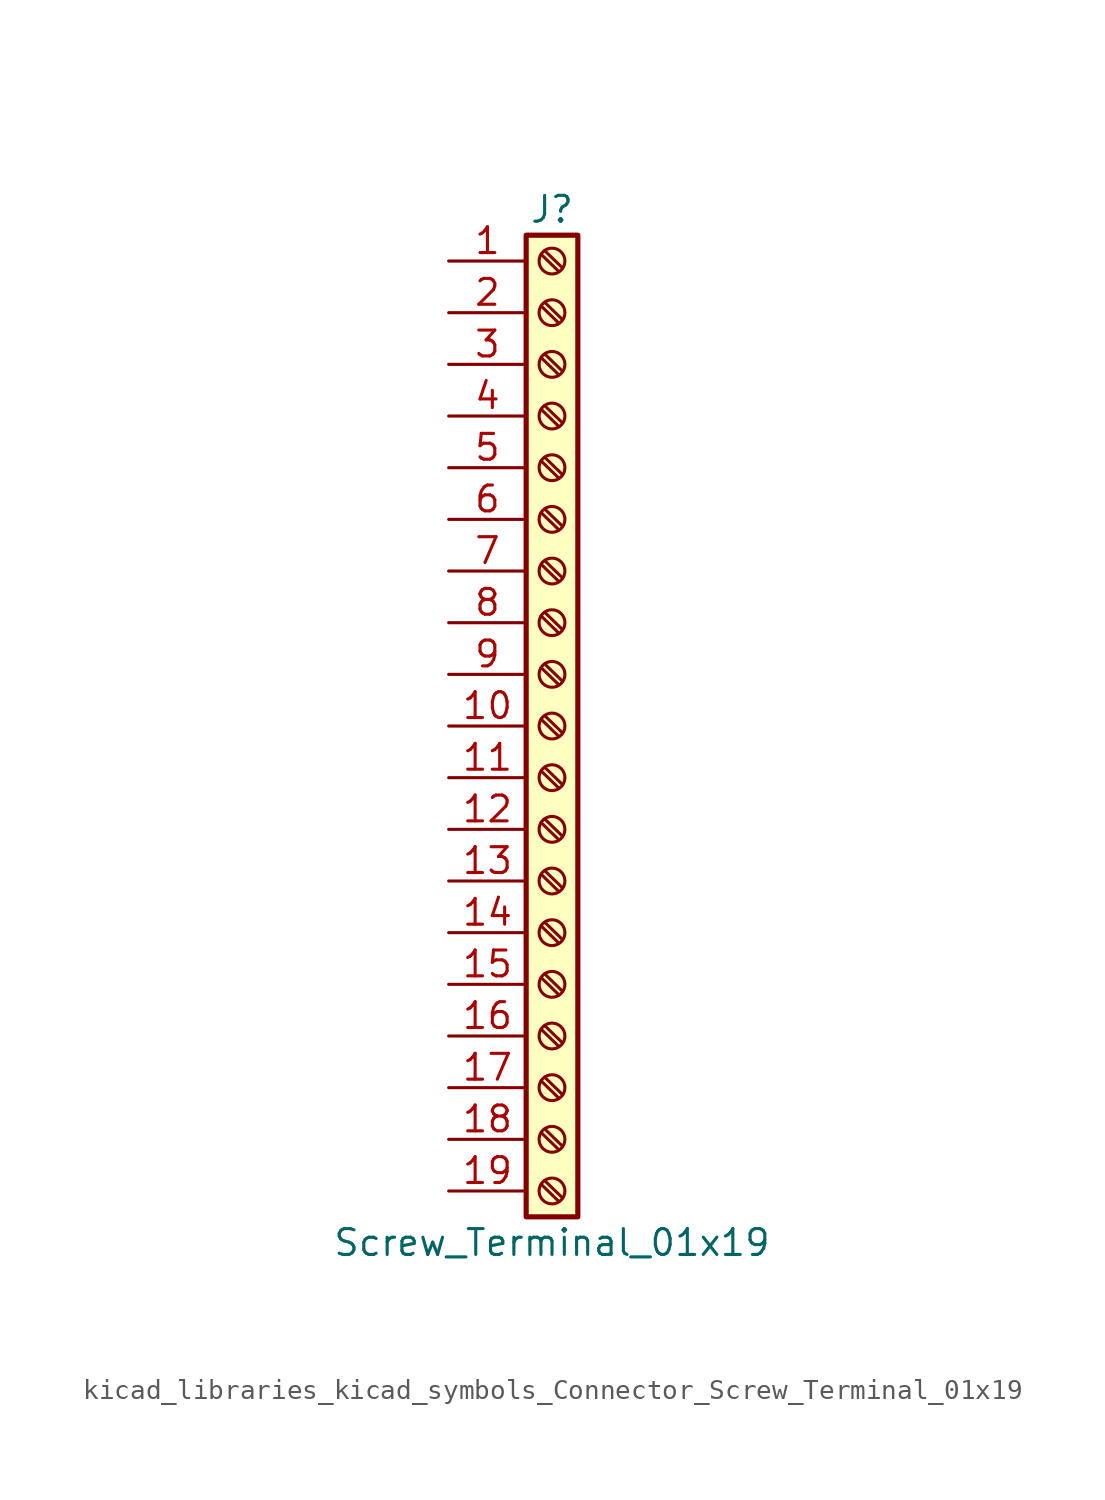
<source format=kicad_sym>
(kicad_symbol_lib
  (version 20220914)
  (generator kicad_symbol_editor)
  (symbol "kicad_libraries_kicad_symbols_Connector_Screw_Terminal_01x19"
    (pin_names
      (offset 1.016) hide)
    (property "Reference" "J"
      (at 0 25.4 0)
      (effects (font (size 1.27 1.27))))
    (property "Value" "Screw_Terminal_01x19"
      (at 0 -25.4 0)
      (effects (font (size 1.27 1.27))))
    (symbol "kicad_libraries_kicad_symbols_Connector_Screw_Terminal_01x19_1_1"
      (rectangle (start -1.27 24.13) (end 1.27 -24.13) (stroke (width 0.254) (type default)) (fill (type background)))
      (circle (center 0 -22.86) (radius 0.635) (stroke (width 0.152) (type default)) (fill (type none)))
      (circle (center 0 -20.32) (radius 0.635) (stroke (width 0.152) (type default)) (fill (type none)))
      (circle (center 0 -17.78) (radius 0.635) (stroke (width 0.152) (type default)) (fill (type none)))
      (circle (center 0 -15.24) (radius 0.635) (stroke (width 0.152) (type default)) (fill (type none)))
      (circle (center 0 -12.7) (radius 0.635) (stroke (width 0.152) (type default)) (fill (type none)))
      (circle (center 0 -10.16) (radius 0.635) (stroke (width 0.152) (type default)) (fill (type none)))
      (circle (center 0 -7.62) (radius 0.635) (stroke (width 0.152) (type default)) (fill (type none)))
      (circle (center 0 -5.08) (radius 0.635) (stroke (width 0.152) (type default)) (fill (type none)))
      (circle (center 0 -2.54) (radius 0.635) (stroke (width 0.152) (type default)) (fill (type none)))
      (polyline (pts (xy -0.533 -22.53) (xy 0.33 -23.368)) (stroke (width 0.152) (type default)) (fill (type none)))
      (polyline (pts (xy -0.533 -19.99) (xy 0.33 -20.828)) (stroke (width 0.152) (type default)) (fill (type none)))
      (polyline (pts (xy -0.533 -17.45) (xy 0.33 -18.288)) (stroke (width 0.152) (type default)) (fill (type none)))
      (polyline (pts (xy -0.533 -14.91) (xy 0.33 -15.748)) (stroke (width 0.152) (type default)) (fill (type none)))
      (polyline (pts (xy -0.533 -12.37) (xy 0.33 -13.208)) (stroke (width 0.152) (type default)) (fill (type none)))
      (polyline (pts (xy -0.533 -9.83) (xy 0.33 -10.668)) (stroke (width 0.152) (type default)) (fill (type none)))
      (polyline (pts (xy -0.533 -7.29) (xy 0.33 -8.128)) (stroke (width 0.152) (type default)) (fill (type none)))
      (polyline (pts (xy -0.533 -4.75) (xy 0.33 -5.588)) (stroke (width 0.152) (type default)) (fill (type none)))
      (polyline (pts (xy -0.533 -2.21) (xy 0.33 -3.048)) (stroke (width 0.152) (type default)) (fill (type none)))
      (polyline (pts (xy -0.533 0.33) (xy 0.33 -0.508)) (stroke (width 0.152) (type default)) (fill (type none)))
      (polyline (pts (xy -0.533 2.87) (xy 0.33 2.032)) (stroke (width 0.152) (type default)) (fill (type none)))
      (polyline (pts (xy -0.533 5.41) (xy 0.33 4.572)) (stroke (width 0.152) (type default)) (fill (type none)))
      (polyline (pts (xy -0.533 7.95) (xy 0.33 7.112)) (stroke (width 0.152) (type default)) (fill (type none)))
      (polyline (pts (xy -0.533 10.49) (xy 0.33 9.652)) (stroke (width 0.152) (type default)) (fill (type none)))
      (polyline (pts (xy -0.533 13.03) (xy 0.33 12.192)) (stroke (width 0.152) (type default)) (fill (type none)))
      (polyline (pts (xy -0.533 15.57) (xy 0.33 14.732)) (stroke (width 0.152) (type default)) (fill (type none)))
      (polyline (pts (xy -0.533 18.11) (xy 0.33 17.272)) (stroke (width 0.152) (type default)) (fill (type none)))
      (polyline (pts (xy -0.533 20.65) (xy 0.33 19.812)) (stroke (width 0.152) (type default)) (fill (type none)))
      (polyline (pts (xy -0.533 23.19) (xy 0.33 22.352)) (stroke (width 0.152) (type default)) (fill (type none)))
      (polyline (pts (xy -0.356 -22.352) (xy 0.508 -23.19)) (stroke (width 0.152) (type default)) (fill (type none)))
      (polyline (pts (xy -0.356 -19.812) (xy 0.508 -20.65)) (stroke (width 0.152) (type default)) (fill (type none)))
      (polyline (pts (xy -0.356 -17.272) (xy 0.508 -18.11)) (stroke (width 0.152) (type default)) (fill (type none)))
      (polyline (pts (xy -0.356 -14.732) (xy 0.508 -15.57)) (stroke (width 0.152) (type default)) (fill (type none)))
      (polyline (pts (xy -0.356 -12.192) (xy 0.508 -13.03)) (stroke (width 0.152) (type default)) (fill (type none)))
      (polyline (pts (xy -0.356 -9.652) (xy 0.508 -10.49)) (stroke (width 0.152) (type default)) (fill (type none)))
      (polyline (pts (xy -0.356 -7.112) (xy 0.508 -7.95)) (stroke (width 0.152) (type default)) (fill (type none)))
      (polyline (pts (xy -0.356 -4.572) (xy 0.508 -5.41)) (stroke (width 0.152) (type default)) (fill (type none)))
      (polyline (pts (xy -0.356 -2.032) (xy 0.508 -2.87)) (stroke (width 0.152) (type default)) (fill (type none)))
      (polyline (pts (xy -0.356 0.508) (xy 0.508 -0.33)) (stroke (width 0.152) (type default)) (fill (type none)))
      (polyline (pts (xy -0.356 3.048) (xy 0.508 2.21)) (stroke (width 0.152) (type default)) (fill (type none)))
      (polyline (pts (xy -0.356 5.588) (xy 0.508 4.75)) (stroke (width 0.152) (type default)) (fill (type none)))
      (polyline (pts (xy -0.356 8.128) (xy 0.508 7.29)) (stroke (width 0.152) (type default)) (fill (type none)))
      (polyline (pts (xy -0.356 10.668) (xy 0.508 9.83)) (stroke (width 0.152) (type default)) (fill (type none)))
      (polyline (pts (xy -0.356 13.208) (xy 0.508 12.37)) (stroke (width 0.152) (type default)) (fill (type none)))
      (polyline (pts (xy -0.356 15.748) (xy 0.508 14.91)) (stroke (width 0.152) (type default)) (fill (type none)))
      (polyline (pts (xy -0.356 18.288) (xy 0.508 17.45)) (stroke (width 0.152) (type default)) (fill (type none)))
      (polyline (pts (xy -0.356 20.828) (xy 0.508 19.99)) (stroke (width 0.152) (type default)) (fill (type none)))
      (polyline (pts (xy -0.356 23.368) (xy 0.508 22.53)) (stroke (width 0.152) (type default)) (fill (type none)))
      (circle (center 0 0) (radius 0.635) (stroke (width 0.152) (type default)) (fill (type none)))
      (circle (center 0 2.54) (radius 0.635) (stroke (width 0.152) (type default)) (fill (type none)))
      (circle (center 0 5.08) (radius 0.635) (stroke (width 0.152) (type default)) (fill (type none)))
      (circle (center 0 7.62) (radius 0.635) (stroke (width 0.152) (type default)) (fill (type none)))
      (circle (center 0 10.16) (radius 0.635) (stroke (width 0.152) (type default)) (fill (type none)))
      (circle (center 0 12.7) (radius 0.635) (stroke (width 0.152) (type default)) (fill (type none)))
      (circle (center 0 15.24) (radius 0.635) (stroke (width 0.152) (type default)) (fill (type none)))
      (circle (center 0 17.78) (radius 0.635) (stroke (width 0.152) (type default)) (fill (type none)))
      (circle (center 0 20.32) (radius 0.635) (stroke (width 0.152) (type default)) (fill (type none)))
      (circle (center 0 22.86) (radius 0.635) (stroke (width 0.152) (type default)) (fill (type none)))
      (pin passive line (at -5.08 22.86 0) (length 3.81) (name "Pin_1" (effects (font (size 1.27 1.27)))) (number "1" (effects (font (size 1.27 1.27)))))
      (pin passive line (at -5.08 0 0) (length 3.81) (name "Pin_10" (effects (font (size 1.27 1.27)))) (number "10" (effects (font (size 1.27 1.27)))))
      (pin passive line (at -5.08 -2.54 0) (length 3.81) (name "Pin_11" (effects (font (size 1.27 1.27)))) (number "11" (effects (font (size 1.27 1.27)))))
      (pin passive line (at -5.08 -5.08 0) (length 3.81) (name "Pin_12" (effects (font (size 1.27 1.27)))) (number "12" (effects (font (size 1.27 1.27)))))
      (pin passive line (at -5.08 -7.62 0) (length 3.81) (name "Pin_13" (effects (font (size 1.27 1.27)))) (number "13" (effects (font (size 1.27 1.27)))))
      (pin passive line (at -5.08 -10.16 0) (length 3.81) (name "Pin_14" (effects (font (size 1.27 1.27)))) (number "14" (effects (font (size 1.27 1.27)))))
      (pin passive line (at -5.08 -12.7 0) (length 3.81) (name "Pin_15" (effects (font (size 1.27 1.27)))) (number "15" (effects (font (size 1.27 1.27)))))
      (pin passive line (at -5.08 -15.24 0) (length 3.81) (name "Pin_16" (effects (font (size 1.27 1.27)))) (number "16" (effects (font (size 1.27 1.27)))))
      (pin passive line (at -5.08 -17.78 0) (length 3.81) (name "Pin_17" (effects (font (size 1.27 1.27)))) (number "17" (effects (font (size 1.27 1.27)))))
      (pin passive line (at -5.08 -20.32 0) (length 3.81) (name "Pin_18" (effects (font (size 1.27 1.27)))) (number "18" (effects (font (size 1.27 1.27)))))
      (pin passive line (at -5.08 -22.86 0) (length 3.81) (name "Pin_19" (effects (font (size 1.27 1.27)))) (number "19" (effects (font (size 1.27 1.27)))))
      (pin passive line (at -5.08 20.32 0) (length 3.81) (name "Pin_2" (effects (font (size 1.27 1.27)))) (number "2" (effects (font (size 1.27 1.27)))))
      (pin passive line (at -5.08 17.78 0) (length 3.81) (name "Pin_3" (effects (font (size 1.27 1.27)))) (number "3" (effects (font (size 1.27 1.27)))))
      (pin passive line (at -5.08 15.24 0) (length 3.81) (name "Pin_4" (effects (font (size 1.27 1.27)))) (number "4" (effects (font (size 1.27 1.27)))))
      (pin passive line (at -5.08 12.7 0) (length 3.81) (name "Pin_5" (effects (font (size 1.27 1.27)))) (number "5" (effects (font (size 1.27 1.27)))))
      (pin passive line (at -5.08 10.16 0) (length 3.81) (name "Pin_6" (effects (font (size 1.27 1.27)))) (number "6" (effects (font (size 1.27 1.27)))))
      (pin passive line (at -5.08 7.62 0) (length 3.81) (name "Pin_7" (effects (font (size 1.27 1.27)))) (number "7" (effects (font (size 1.27 1.27)))))
      (pin passive line (at -5.08 5.08 0) (length 3.81) (name "Pin_8" (effects (font (size 1.27 1.27)))) (number "8" (effects (font (size 1.27 1.27)))))
      (pin passive line (at -5.08 2.54 0) (length 3.81) (name "Pin_9" (effects (font (size 1.27 1.27)))) (number "9" (effects (font (size 1.27 1.27))))))))
</source>
